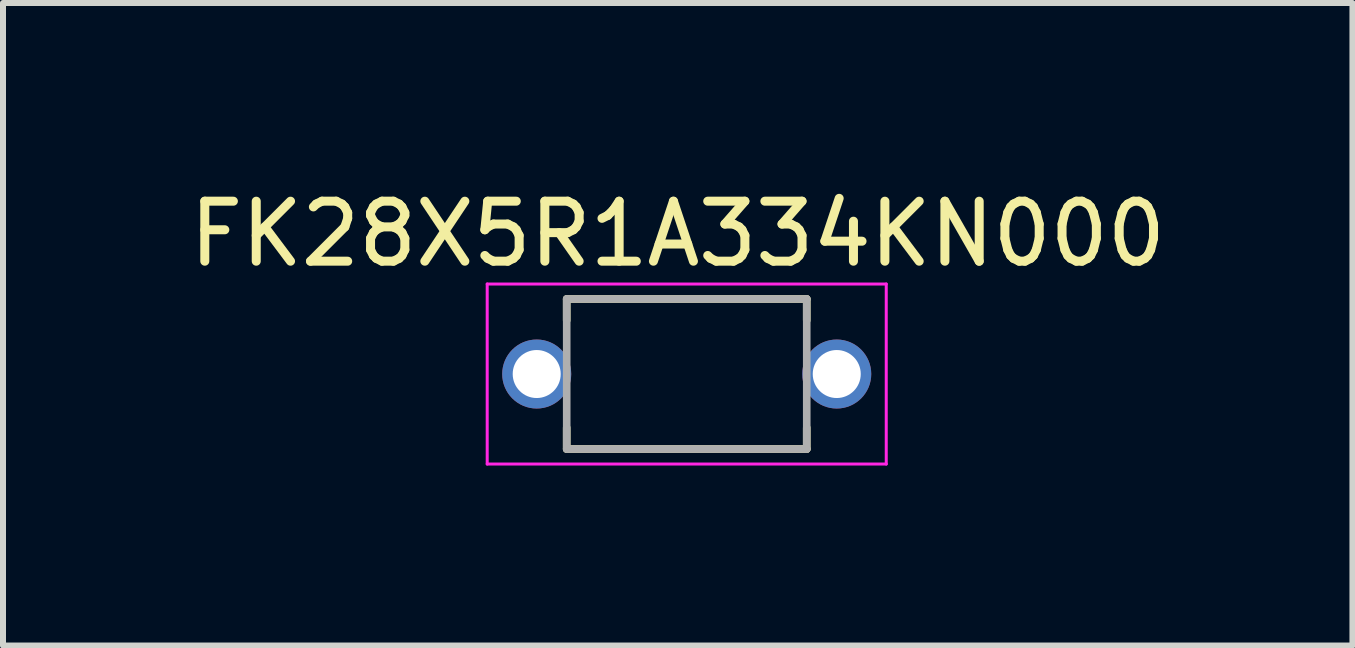
<source format=kicad_pcb>
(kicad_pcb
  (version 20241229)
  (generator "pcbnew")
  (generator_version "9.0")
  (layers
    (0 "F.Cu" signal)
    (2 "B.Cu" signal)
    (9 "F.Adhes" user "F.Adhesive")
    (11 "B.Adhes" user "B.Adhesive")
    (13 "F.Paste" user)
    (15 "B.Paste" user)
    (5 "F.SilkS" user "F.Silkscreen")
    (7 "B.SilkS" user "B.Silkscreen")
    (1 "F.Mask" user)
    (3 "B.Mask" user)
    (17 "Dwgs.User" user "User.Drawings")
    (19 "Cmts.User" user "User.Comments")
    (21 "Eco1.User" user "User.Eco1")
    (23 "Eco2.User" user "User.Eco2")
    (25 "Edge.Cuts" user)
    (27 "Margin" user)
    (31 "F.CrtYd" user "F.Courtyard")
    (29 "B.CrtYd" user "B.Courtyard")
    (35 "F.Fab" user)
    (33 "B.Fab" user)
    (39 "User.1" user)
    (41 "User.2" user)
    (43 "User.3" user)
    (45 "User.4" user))
  (footprint "FK28X5R1A334KN000"
    (layer "F.Cu")
    (at 8.394 3.183)
    (property "Reference" "FK28X5R1A334KN000" (at -0.15 -2.335 0) (layer "F.SilkS") (effects (font (size 1 1) (thickness 0.15))))
    (attr through_hole)
    (fp_line (start -2 -1.25) (end -2 -0.895) (stroke (width 0.127) (type solid)) (layer "F.SilkS"))
    (fp_line (start -2 -1.25) (end 2 -1.25) (stroke (width 0.127) (type solid)) (layer "F.SilkS"))
    (fp_line (start -2 1.25) (end -2 0.895) (stroke (width 0.127) (type solid)) (layer "F.SilkS"))
    (fp_line (start -2 1.25) (end 2 1.25) (stroke (width 0.127) (type solid)) (layer "F.SilkS"))
    (fp_line (start 2 -1.25) (end 2 -0.895) (stroke (width 0.127) (type solid)) (layer "F.SilkS"))
    (fp_line (start 2 1.25) (end 2 0.895) (stroke (width 0.127) (type solid)) (layer "F.SilkS"))
    (fp_line (start -3.325 -1.5) (end -3.325 1.5) (stroke (width 0.05) (type solid)) (layer "F.CrtYd"))
    (fp_line (start -3.325 -1.5) (end 3.325 -1.5) (stroke (width 0.05) (type solid)) (layer "F.CrtYd"))
    (fp_line (start 3.325 -1.5) (end 3.325 1.5) (stroke (width 0.05) (type solid)) (layer "F.CrtYd"))
    (fp_line (start 3.325 1.5) (end -3.325 1.5) (stroke (width 0.05) (type solid)) (layer "F.CrtYd"))
    (fp_line (start -2 -1.25) (end -2 1.25) (stroke (width 0.127) (type solid)) (layer "F.Fab"))
    (fp_line (start -2 -1.25) (end 2 -1.25) (stroke (width 0.127) (type solid)) (layer "F.Fab"))
    (fp_line (start 2 -1.25) (end 2 1.25) (stroke (width 0.127) (type solid)) (layer "F.Fab"))
    (fp_line (start 2 1.25) (end -2 1.25) (stroke (width 0.127) (type solid)) (layer "F.Fab"))
    (pad "1" thru_hole circle (at -2.5 0) (size 1.15 1.15) (drill 0.8) (layers "*.Cu" "*.Mask"))
    (pad "2" thru_hole circle (at 2.5 0) (size 1.15 1.15) (drill 0.8) (layers "*.Cu" "*.Mask")))
  (gr_rect
    (start -3 -3)
    (end 19.488 7.708)
    (stroke (width 0.1) (type default))
    (fill no)
    (layer "Edge.Cuts")))
</source>
